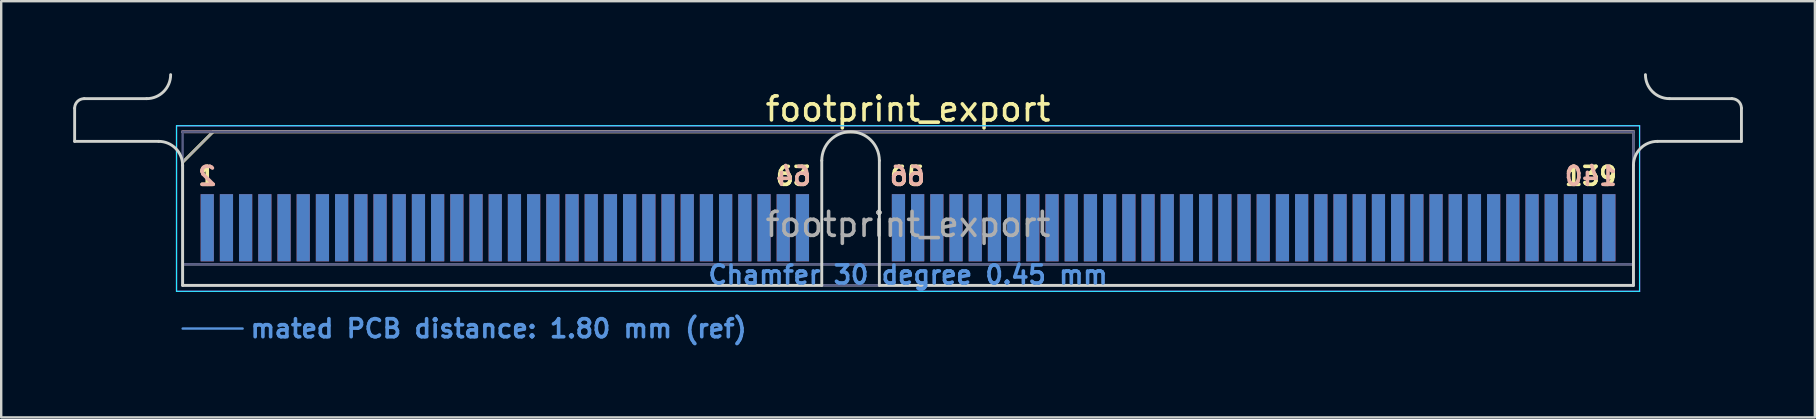
<source format=kicad_pcb>
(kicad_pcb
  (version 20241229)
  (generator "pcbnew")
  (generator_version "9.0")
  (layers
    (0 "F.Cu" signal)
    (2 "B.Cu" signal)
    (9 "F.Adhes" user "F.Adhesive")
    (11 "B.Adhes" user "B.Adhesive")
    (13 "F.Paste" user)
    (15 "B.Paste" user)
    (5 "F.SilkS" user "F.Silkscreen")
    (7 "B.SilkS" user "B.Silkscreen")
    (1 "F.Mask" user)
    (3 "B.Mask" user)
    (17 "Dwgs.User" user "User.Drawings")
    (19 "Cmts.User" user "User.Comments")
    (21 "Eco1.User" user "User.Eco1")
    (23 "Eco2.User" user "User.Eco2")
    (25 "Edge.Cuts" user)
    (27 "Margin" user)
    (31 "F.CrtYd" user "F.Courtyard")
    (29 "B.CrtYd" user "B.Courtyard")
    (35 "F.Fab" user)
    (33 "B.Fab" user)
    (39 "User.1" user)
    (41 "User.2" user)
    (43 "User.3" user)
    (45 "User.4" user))
  (footprint "footprint_export"
    (layer "F.Cu")
    (at 34.785 8.84)
    (property "Reference" "footprint_export" (at 0 -7.35 0) (layer "F.SilkS") (effects (font (size 1 1) (thickness 0.15))))
    (attr exclude_from_pos_files exclude_from_bom)
    (fp_line (start -30.225 -5.13) (end -28.955 -6.4) (stroke (width 0.12) (type solid)) (layer "F.SilkS"))
    (fp_line (start -28.955 -6.4) (end 30.225 -6.4) (stroke (width 0.12) (type solid)) (layer "F.SilkS"))
    (fp_line (start -30.225 -6.4) (end -30.225 -6.4) (stroke (width 0.12) (type solid)) (layer "B.SilkS"))
    (fp_line (start -30.225 -6.4) (end 30.225 -6.4) (stroke (width 0.12) (type solid)) (layer "B.SilkS"))
    (fp_line (start -30.225 1.8) (end -27.725 1.8) (stroke (width 0.1) (type solid)) (layer "Cmts.User"))
    (fp_line (start -34.725 -6) (end -34.725 -7.38) (stroke (width 0.12) (type solid)) (layer "Edge.Cuts"))
    (fp_line (start -34.325 -7.78) (end -31.725 -7.78) (stroke (width 0.12) (type solid)) (layer "Edge.Cuts"))
    (fp_line (start -31.225 -6) (end -34.725 -6) (stroke (width 0.12) (type solid)) (layer "Edge.Cuts"))
    (fp_line (start -30.225 -5) (end -30.225 0) (stroke (width 0.12) (type solid)) (layer "Edge.Cuts"))
    (fp_line (start -30.225 0) (end -3.595 0) (stroke (width 0.12) (type solid)) (layer "Edge.Cuts"))
    (fp_line (start -3.595 0) (end -3.595 -5.2) (stroke (width 0.12) (type solid)) (layer "Edge.Cuts"))
    (fp_line (start -1.195 -5.2) (end -1.195 0) (stroke (width 0.12) (type solid)) (layer "Edge.Cuts"))
    (fp_line (start -1.195 0) (end 30.225 0) (stroke (width 0.12) (type solid)) (layer "Edge.Cuts"))
    (fp_line (start 30.225 0) (end 30.225 -5) (stroke (width 0.12) (type solid)) (layer "Edge.Cuts"))
    (fp_line (start 31.225 -6) (end 34.725 -6) (stroke (width 0.12) (type solid)) (layer "Edge.Cuts"))
    (fp_line (start 34.325 -7.78) (end 31.725 -7.78) (stroke (width 0.12) (type solid)) (layer "Edge.Cuts"))
    (fp_line (start 34.725 -6) (end 34.725 -7.38) (stroke (width 0.12) (type solid)) (layer "Edge.Cuts"))
    (fp_arc (start -34.725 -7.38) (mid -34.607843 -7.662843) (end -34.325 -7.78) (stroke (width 0.12) (type solid)) (layer "Edge.Cuts"))
    (fp_arc (start -31.225 -6) (mid -30.517893 -5.707107) (end -30.225 -5) (stroke (width 0.12) (type solid)) (layer "Edge.Cuts"))
    (fp_arc (start -30.725 -8.78) (mid -31.017893 -8.072893) (end -31.725 -7.78) (stroke (width 0.12) (type solid)) (layer "Edge.Cuts"))
    (fp_arc (start -3.595 -5.2) (mid -2.395 -6.4) (end -1.195 -5.2) (stroke (width 0.12) (type solid)) (layer "Edge.Cuts"))
    (fp_arc (start 30.225 -5) (mid 30.517893 -5.707107) (end 31.225 -6) (stroke (width 0.12) (type solid)) (layer "Edge.Cuts"))
    (fp_arc (start 31.725 -7.78) (mid 31.017893 -8.072893) (end 30.725 -8.78) (stroke (width 0.12) (type solid)) (layer "Edge.Cuts"))
    (fp_arc (start 34.325 -7.78) (mid 34.607843 -7.662843) (end 34.725 -7.38) (stroke (width 0.12) (type solid)) (layer "Edge.Cuts"))
    (fp_line (start -30.48 -6.65) (end -30.48 0.25) (stroke (width 0.05) (type solid)) (layer "B.CrtYd"))
    (fp_line (start -30.48 0.25) (end 30.48 0.25) (stroke (width 0.05) (type solid)) (layer "B.CrtYd"))
    (fp_line (start 30.48 -6.65) (end -30.48 -6.65) (stroke (width 0.05) (type solid)) (layer "B.CrtYd"))
    (fp_line (start 30.48 0.25) (end 30.48 -6.65) (stroke (width 0.05) (type solid)) (layer "B.CrtYd"))
    (fp_line (start -30.48 -6.65) (end -30.48 0.25) (stroke (width 0.05) (type solid)) (layer "F.CrtYd"))
    (fp_line (start -30.48 0.25) (end 30.48 0.25) (stroke (width 0.05) (type solid)) (layer "F.CrtYd"))
    (fp_line (start 30.48 -6.65) (end -30.48 -6.65) (stroke (width 0.05) (type solid)) (layer "F.CrtYd"))
    (fp_line (start 30.48 0.25) (end 30.48 -6.65) (stroke (width 0.05) (type solid)) (layer "F.CrtYd"))
    (fp_line (start -30.225 -6.4) (end -30.225 -6.4) (stroke (width 0.1) (type solid)) (layer "B.Fab"))
    (fp_line (start -30.225 -6.4) (end -30.225 0) (stroke (width 0.1) (type solid)) (layer "B.Fab"))
    (fp_line (start -30.225 -6.4) (end 30.225 -6.4) (stroke (width 0.1) (type solid)) (layer "B.Fab"))
    (fp_line (start -30.225 -0.88) (end 30.225 -0.88) (stroke (width 0.1) (type solid)) (layer "B.Fab"))
    (fp_line (start -30.225 0) (end 30.225 0) (stroke (width 0.1) (type solid)) (layer "B.Fab"))
    (fp_line (start 30.225 -6.4) (end 30.225 0) (stroke (width 0.1) (type solid)) (layer "B.Fab"))
    (fp_line (start -30.225 -5.13) (end -30.225 0) (stroke (width 0.1) (type solid)) (layer "F.Fab"))
    (fp_line (start -30.225 -5.13) (end -28.955 -6.4) (stroke (width 0.1) (type solid)) (layer "F.Fab"))
    (fp_line (start -30.225 -0.88) (end 30.225 -0.88) (stroke (width 0.1) (type solid)) (layer "F.Fab"))
    (fp_line (start -30.225 0) (end 30.225 0) (stroke (width 0.1) (type solid)) (layer "F.Fab"))
    (fp_line (start -28.955 -6.4) (end 30.225 -6.4) (stroke (width 0.1) (type solid)) (layer "F.Fab"))
    (fp_line (start 30.225 -6.4) (end 30.225 0) (stroke (width 0.1) (type solid)) (layer "F.Fab"))
    (fp_text user "63" (at -4.775 -4.55 0) (layer "F.SilkS") (effects (font (size 0.75 0.75) (thickness 0.15))))
    (fp_text user "139" (at 28.45 -4.55 0) (layer "F.SilkS") (effects (font (size 0.75 0.75) (thickness 0.15))))
    (fp_text user "65" (at -0.025 -4.55 0) (layer "F.SilkS") (effects (font (size 0.75 0.75) (thickness 0.15))))
    (fp_text user "1" (at -29.2 -4.55 0) (layer "F.SilkS") (effects (font (size 0.75 0.75) (thickness 0.15))))
    (fp_text user "2" (at -29.2 -4.55 0) (layer "B.SilkS") (effects (font (size 0.75 0.75) (thickness 0.15)) (justify mirror)))
    (fp_text user "64" (at -4.775 -4.55 0) (layer "B.SilkS") (effects (font (size 0.75 0.75) (thickness 0.15)) (justify mirror)))
    (fp_text user "140" (at 28.45 -4.55 0) (layer "B.SilkS") (effects (font (size 0.75 0.75) (thickness 0.15)) (justify mirror)))
    (fp_text user "66" (at -0.025 -4.55 0) (layer "B.SilkS") (effects (font (size 0.75 0.75) (thickness 0.15)) (justify mirror)))
    (fp_text user "mated PCB distance: 1.80 mm (ref)" (at -27.48 1.8 0) (layer "Cmts.User") (effects (font (size 0.75 0.75) (thickness 0.15)) (justify left)))
    (fp_text user "Chamfer 30 degree 0.45 mm" (at 0 -0.44 0) (layer "Cmts.User") (effects (font (size 0.75 0.75) (thickness 0.15))))
    (fp_text user "${REFERENCE}" (at 0 -2.54 0) (layer "F.Fab") (effects (font (size 1 1) (thickness 0.15))))
    (pad "1" connect rect (at -29.2 -2.4) (size 0.55 2.8) (layers "F.Cu" "F.Mask"))
    (pad "2" connect rect (at -29.2 -2.4) (size 0.55 2.8) (layers "B.Cu" "B.Mask"))
    (pad "3" connect rect (at -28.4 -2.4) (size 0.55 2.8) (layers "F.Cu" "F.Mask"))
    (pad "4" connect rect (at -28.4 -2.4) (size 0.55 2.8) (layers "B.Cu" "B.Mask"))
    (pad "5" connect rect (at -27.6 -2.4) (size 0.55 2.8) (layers "F.Cu" "F.Mask"))
    (pad "6" connect rect (at -27.6 -2.4) (size 0.55 2.8) (layers "B.Cu" "B.Mask"))
    (pad "7" connect rect (at -26.8 -2.4) (size 0.55 2.8) (layers "F.Cu" "F.Mask"))
    (pad "8" connect rect (at -26.8 -2.4) (size 0.55 2.8) (layers "B.Cu" "B.Mask"))
    (pad "9" connect rect (at -26 -2.4) (size 0.55 2.8) (layers "F.Cu" "F.Mask"))
    (pad "10" connect rect (at -26 -2.4) (size 0.55 2.8) (layers "B.Cu" "B.Mask"))
    (pad "11" connect rect (at -25.2 -2.4) (size 0.55 2.8) (layers "F.Cu" "F.Mask"))
    (pad "12" connect rect (at -25.2 -2.4) (size 0.55 2.8) (layers "B.Cu" "B.Mask"))
    (pad "13" connect rect (at -24.4 -2.4) (size 0.55 2.8) (layers "F.Cu" "F.Mask"))
    (pad "14" connect rect (at -24.4 -2.4) (size 0.55 2.8) (layers "B.Cu" "B.Mask"))
    (pad "15" connect rect (at -23.6 -2.4) (size 0.55 2.8) (layers "F.Cu" "F.Mask"))
    (pad "16" connect rect (at -23.6 -2.4) (size 0.55 2.8) (layers "B.Cu" "B.Mask"))
    (pad "17" connect rect (at -22.8 -2.4) (size 0.55 2.8) (layers "F.Cu" "F.Mask"))
    (pad "18" connect rect (at -22.8 -2.4) (size 0.55 2.8) (layers "B.Cu" "B.Mask"))
    (pad "19" connect rect (at -22 -2.4) (size 0.55 2.8) (layers "F.Cu" "F.Mask"))
    (pad "20" connect rect (at -22 -2.4) (size 0.55 2.8) (layers "B.Cu" "B.Mask"))
    (pad "21" connect rect (at -21.2 -2.4) (size 0.55 2.8) (layers "F.Cu" "F.Mask"))
    (pad "22" connect rect (at -21.2 -2.4) (size 0.55 2.8) (layers "B.Cu" "B.Mask"))
    (pad "23" connect rect (at -20.4 -2.4) (size 0.55 2.8) (layers "F.Cu" "F.Mask"))
    (pad "24" connect rect (at -20.4 -2.4) (size 0.55 2.8) (layers "B.Cu" "B.Mask"))
    (pad "25" connect rect (at -19.6 -2.4) (size 0.55 2.8) (layers "F.Cu" "F.Mask"))
    (pad "26" connect rect (at -19.6 -2.4) (size 0.55 2.8) (layers "B.Cu" "B.Mask"))
    (pad "27" connect rect (at -18.8 -2.4) (size 0.55 2.8) (layers "F.Cu" "F.Mask"))
    (pad "28" connect rect (at -18.8 -2.4) (size 0.55 2.8) (layers "B.Cu" "B.Mask"))
    (pad "29" connect rect (at -18 -2.4) (size 0.55 2.8) (layers "F.Cu" "F.Mask"))
    (pad "30" connect rect (at -18 -2.4) (size 0.55 2.8) (layers "B.Cu" "B.Mask"))
    (pad "31" connect rect (at -17.2 -2.4) (size 0.55 2.8) (layers "F.Cu" "F.Mask"))
    (pad "32" connect rect (at -17.2 -2.4) (size 0.55 2.8) (layers "B.Cu" "B.Mask"))
    (pad "33" connect rect (at -16.4 -2.4) (size 0.55 2.8) (layers "F.Cu" "F.Mask"))
    (pad "34" connect rect (at -16.4 -2.4) (size 0.55 2.8) (layers "B.Cu" "B.Mask"))
    (pad "35" connect rect (at -15.6 -2.4) (size 0.55 2.8) (layers "F.Cu" "F.Mask"))
    (pad "36" connect rect (at -15.6 -2.4) (size 0.55 2.8) (layers "B.Cu" "B.Mask"))
    (pad "37" connect rect (at -14.8 -2.4) (size 0.55 2.8) (layers "F.Cu" "F.Mask"))
    (pad "38" connect rect (at -14.8 -2.4) (size 0.55 2.8) (layers "B.Cu" "B.Mask"))
    (pad "39" connect rect (at -14 -2.4) (size 0.55 2.8) (layers "F.Cu" "F.Mask"))
    (pad "40" connect rect (at -14 -2.4) (size 0.55 2.8) (layers "B.Cu" "B.Mask"))
    (pad "41" connect rect (at -13.2 -2.4) (size 0.55 2.8) (layers "F.Cu" "F.Mask"))
    (pad "42" connect rect (at -13.2 -2.4) (size 0.55 2.8) (layers "B.Cu" "B.Mask"))
    (pad "43" connect rect (at -12.4 -2.4) (size 0.55 2.8) (layers "F.Cu" "F.Mask"))
    (pad "44" connect rect (at -12.4 -2.4) (size 0.55 2.8) (layers "B.Cu" "B.Mask"))
    (pad "45" connect rect (at -11.6 -2.4) (size 0.55 2.8) (layers "F.Cu" "F.Mask"))
    (pad "46" connect rect (at -11.6 -2.4) (size 0.55 2.8) (layers "B.Cu" "B.Mask"))
    (pad "47" connect rect (at -10.8 -2.4) (size 0.55 2.8) (layers "F.Cu" "F.Mask"))
    (pad "48" connect rect (at -10.8 -2.4) (size 0.55 2.8) (layers "B.Cu" "B.Mask"))
    (pad "49" connect rect (at -10 -2.4) (size 0.55 2.8) (layers "F.Cu" "F.Mask"))
    (pad "50" connect rect (at -10 -2.4) (size 0.55 2.8) (layers "B.Cu" "B.Mask"))
    (pad "51" connect rect (at -9.2 -2.4) (size 0.55 2.8) (layers "F.Cu" "F.Mask"))
    (pad "52" connect rect (at -9.2 -2.4) (size 0.55 2.8) (layers "B.Cu" "B.Mask"))
    (pad "53" connect rect (at -8.4 -2.4) (size 0.55 2.8) (layers "F.Cu" "F.Mask"))
    (pad "54" connect rect (at -8.4 -2.4) (size 0.55 2.8) (layers "B.Cu" "B.Mask"))
    (pad "55" connect rect (at -7.6 -2.4) (size 0.55 2.8) (layers "F.Cu" "F.Mask"))
    (pad "56" connect rect (at -7.6 -2.4) (size 0.55 2.8) (layers "B.Cu" "B.Mask"))
    (pad "57" connect rect (at -6.8 -2.4) (size 0.55 2.8) (layers "F.Cu" "F.Mask"))
    (pad "58" connect rect (at -6.8 -2.4) (size 0.55 2.8) (layers "B.Cu" "B.Mask"))
    (pad "59" connect rect (at -6 -2.4) (size 0.55 2.8) (layers "F.Cu" "F.Mask"))
    (pad "60" connect rect (at -6 -2.4) (size 0.55 2.8) (layers "B.Cu" "B.Mask"))
    (pad "61" connect rect (at -5.2 -2.4) (size 0.55 2.8) (layers "F.Cu" "F.Mask"))
    (pad "62" connect rect (at -5.2 -2.4) (size 0.55 2.8) (layers "B.Cu" "B.Mask"))
    (pad "63" connect rect (at -4.4 -2.4) (size 0.55 2.8) (layers "F.Cu" "F.Mask"))
    (pad "64" connect rect (at -4.4 -2.4) (size 0.55 2.8) (layers "B.Cu" "B.Mask"))
    (pad "65" connect rect (at -0.4 -2.4) (size 0.55 2.8) (layers "F.Cu" "F.Mask"))
    (pad "66" connect rect (at -0.4 -2.4) (size 0.55 2.8) (layers "B.Cu" "B.Mask"))
    (pad "67" connect rect (at 0.4 -2.4) (size 0.55 2.8) (layers "F.Cu" "F.Mask"))
    (pad "68" connect rect (at 0.4 -2.4) (size 0.55 2.8) (layers "B.Cu" "B.Mask"))
    (pad "69" connect rect (at 1.2 -2.4) (size 0.55 2.8) (layers "F.Cu" "F.Mask"))
    (pad "70" connect rect (at 1.2 -2.4) (size 0.55 2.8) (layers "B.Cu" "B.Mask"))
    (pad "71" connect rect (at 2 -2.4) (size 0.55 2.8) (layers "F.Cu" "F.Mask"))
    (pad "72" connect rect (at 2 -2.4) (size 0.55 2.8) (layers "B.Cu" "B.Mask"))
    (pad "73" connect rect (at 2.8 -2.4) (size 0.55 2.8) (layers "F.Cu" "F.Mask"))
    (pad "74" connect rect (at 2.8 -2.4) (size 0.55 2.8) (layers "B.Cu" "B.Mask"))
    (pad "75" connect rect (at 3.6 -2.4) (size 0.55 2.8) (layers "F.Cu" "F.Mask"))
    (pad "76" connect rect (at 3.6 -2.4) (size 0.55 2.8) (layers "B.Cu" "B.Mask"))
    (pad "77" connect rect (at 4.4 -2.4) (size 0.55 2.8) (layers "F.Cu" "F.Mask"))
    (pad "78" connect rect (at 4.4 -2.4) (size 0.55 2.8) (layers "B.Cu" "B.Mask"))
    (pad "79" connect rect (at 5.2 -2.4) (size 0.55 2.8) (layers "F.Cu" "F.Mask"))
    (pad "80" connect rect (at 5.2 -2.4) (size 0.55 2.8) (layers "B.Cu" "B.Mask"))
    (pad "81" connect rect (at 6 -2.4) (size 0.55 2.8) (layers "F.Cu" "F.Mask"))
    (pad "82" connect rect (at 6 -2.4) (size 0.55 2.8) (layers "B.Cu" "B.Mask"))
    (pad "83" connect rect (at 6.8 -2.4) (size 0.55 2.8) (layers "F.Cu" "F.Mask"))
    (pad "84" connect rect (at 6.8 -2.4) (size 0.55 2.8) (layers "B.Cu" "B.Mask"))
    (pad "85" connect rect (at 7.6 -2.4) (size 0.55 2.8) (layers "F.Cu" "F.Mask"))
    (pad "86" connect rect (at 7.6 -2.4) (size 0.55 2.8) (layers "B.Cu" "B.Mask"))
    (pad "87" connect rect (at 8.4 -2.4) (size 0.55 2.8) (layers "F.Cu" "F.Mask"))
    (pad "88" connect rect (at 8.4 -2.4) (size 0.55 2.8) (layers "B.Cu" "B.Mask"))
    (pad "89" connect rect (at 9.2 -2.4) (size 0.55 2.8) (layers "F.Cu" "F.Mask"))
    (pad "90" connect rect (at 9.2 -2.4) (size 0.55 2.8) (layers "B.Cu" "B.Mask"))
    (pad "91" connect rect (at 10 -2.4) (size 0.55 2.8) (layers "F.Cu" "F.Mask"))
    (pad "92" connect rect (at 10 -2.4) (size 0.55 2.8) (layers "B.Cu" "B.Mask"))
    (pad "93" connect rect (at 10.8 -2.4) (size 0.55 2.8) (layers "F.Cu" "F.Mask"))
    (pad "94" connect rect (at 10.8 -2.4) (size 0.55 2.8) (layers "B.Cu" "B.Mask"))
    (pad "95" connect rect (at 11.6 -2.4) (size 0.55 2.8) (layers "F.Cu" "F.Mask"))
    (pad "96" connect rect (at 11.6 -2.4) (size 0.55 2.8) (layers "B.Cu" "B.Mask"))
    (pad "97" connect rect (at 12.4 -2.4) (size 0.55 2.8) (layers "F.Cu" "F.Mask"))
    (pad "98" connect rect (at 12.4 -2.4) (size 0.55 2.8) (layers "B.Cu" "B.Mask"))
    (pad "99" connect rect (at 13.2 -2.4) (size 0.55 2.8) (layers "F.Cu" "F.Mask"))
    (pad "100" connect rect (at 13.2 -2.4) (size 0.55 2.8) (layers "B.Cu" "B.Mask"))
    (pad "101" connect rect (at 14 -2.4) (size 0.55 2.8) (layers "F.Cu" "F.Mask"))
    (pad "102" connect rect (at 14 -2.4) (size 0.55 2.8) (layers "B.Cu" "B.Mask"))
    (pad "103" connect rect (at 14.8 -2.4) (size 0.55 2.8) (layers "F.Cu" "F.Mask"))
    (pad "104" connect rect (at 14.8 -2.4) (size 0.55 2.8) (layers "B.Cu" "B.Mask"))
    (pad "105" connect rect (at 15.6 -2.4) (size 0.55 2.8) (layers "F.Cu" "F.Mask"))
    (pad "106" connect rect (at 15.6 -2.4) (size 0.55 2.8) (layers "B.Cu" "B.Mask"))
    (pad "107" connect rect (at 16.4 -2.4) (size 0.55 2.8) (layers "F.Cu" "F.Mask"))
    (pad "108" connect rect (at 16.4 -2.4) (size 0.55 2.8) (layers "B.Cu" "B.Mask"))
    (pad "109" connect rect (at 17.2 -2.4) (size 0.55 2.8) (layers "F.Cu" "F.Mask"))
    (pad "110" connect rect (at 17.2 -2.4) (size 0.55 2.8) (layers "B.Cu" "B.Mask"))
    (pad "111" connect rect (at 18 -2.4) (size 0.55 2.8) (layers "F.Cu" "F.Mask"))
    (pad "112" connect rect (at 18 -2.4) (size 0.55 2.8) (layers "B.Cu" "B.Mask"))
    (pad "113" connect rect (at 18.8 -2.4) (size 0.55 2.8) (layers "F.Cu" "F.Mask"))
    (pad "114" connect rect (at 18.8 -2.4) (size 0.55 2.8) (layers "B.Cu" "B.Mask"))
    (pad "115" connect rect (at 19.6 -2.4) (size 0.55 2.8) (layers "F.Cu" "F.Mask"))
    (pad "116" connect rect (at 19.6 -2.4) (size 0.55 2.8) (layers "B.Cu" "B.Mask"))
    (pad "117" connect rect (at 20.4 -2.4) (size 0.55 2.8) (layers "F.Cu" "F.Mask"))
    (pad "118" connect rect (at 20.4 -2.4) (size 0.55 2.8) (layers "B.Cu" "B.Mask"))
    (pad "119" connect rect (at 21.2 -2.4) (size 0.55 2.8) (layers "F.Cu" "F.Mask"))
    (pad "120" connect rect (at 21.2 -2.4) (size 0.55 2.8) (layers "B.Cu" "B.Mask"))
    (pad "121" connect rect (at 22 -2.4) (size 0.55 2.8) (layers "F.Cu" "F.Mask"))
    (pad "122" connect rect (at 22 -2.4) (size 0.55 2.8) (layers "B.Cu" "B.Mask"))
    (pad "123" connect rect (at 22.8 -2.4) (size 0.55 2.8) (layers "F.Cu" "F.Mask"))
    (pad "124" connect rect (at 22.8 -2.4) (size 0.55 2.8) (layers "B.Cu" "B.Mask"))
    (pad "125" connect rect (at 23.6 -2.4) (size 0.55 2.8) (layers "F.Cu" "F.Mask"))
    (pad "126" connect rect (at 23.6 -2.4) (size 0.55 2.8) (layers "B.Cu" "B.Mask"))
    (pad "127" connect rect (at 24.4 -2.4) (size 0.55 2.8) (layers "F.Cu" "F.Mask"))
    (pad "128" connect rect (at 24.4 -2.4) (size 0.55 2.8) (layers "B.Cu" "B.Mask"))
    (pad "129" connect rect (at 25.2 -2.4) (size 0.55 2.8) (layers "F.Cu" "F.Mask"))
    (pad "130" connect rect (at 25.2 -2.4) (size 0.55 2.8) (layers "B.Cu" "B.Mask"))
    (pad "131" connect rect (at 26 -2.4) (size 0.55 2.8) (layers "F.Cu" "F.Mask"))
    (pad "132" connect rect (at 26 -2.4) (size 0.55 2.8) (layers "B.Cu" "B.Mask"))
    (pad "133" connect rect (at 26.8 -2.4) (size 0.55 2.8) (layers "F.Cu" "F.Mask"))
    (pad "134" connect rect (at 26.8 -2.4) (size 0.55 2.8) (layers "B.Cu" "B.Mask"))
    (pad "135" connect rect (at 27.6 -2.4) (size 0.55 2.8) (layers "F.Cu" "F.Mask"))
    (pad "136" connect rect (at 27.6 -2.4) (size 0.55 2.8) (layers "B.Cu" "B.Mask"))
    (pad "137" connect rect (at 28.4 -2.4) (size 0.55 2.8) (layers "F.Cu" "F.Mask"))
    (pad "138" connect rect (at 28.4 -2.4) (size 0.55 2.8) (layers "B.Cu" "B.Mask"))
    (pad "139" connect rect (at 29.2 -2.4) (size 0.55 2.8) (layers "F.Cu" "F.Mask"))
    (pad "140" connect rect (at 29.2 -2.4) (size 0.55 2.8) (layers "B.Cu" "B.Mask")))
  (gr_rect
    (start -3 -3)
    (end 72.57 14.342)
    (stroke (width 0.1) (type default))
    (fill no)
    (layer "Edge.Cuts")))
</source>
